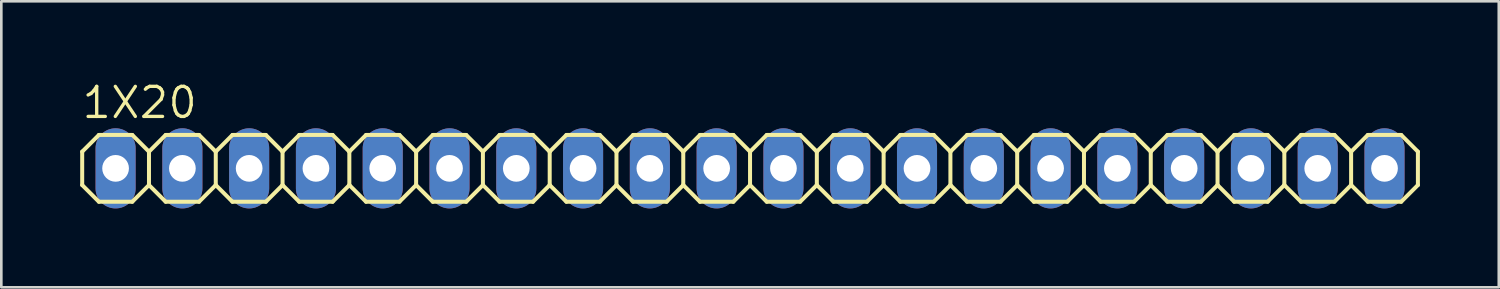
<source format=kicad_pcb>
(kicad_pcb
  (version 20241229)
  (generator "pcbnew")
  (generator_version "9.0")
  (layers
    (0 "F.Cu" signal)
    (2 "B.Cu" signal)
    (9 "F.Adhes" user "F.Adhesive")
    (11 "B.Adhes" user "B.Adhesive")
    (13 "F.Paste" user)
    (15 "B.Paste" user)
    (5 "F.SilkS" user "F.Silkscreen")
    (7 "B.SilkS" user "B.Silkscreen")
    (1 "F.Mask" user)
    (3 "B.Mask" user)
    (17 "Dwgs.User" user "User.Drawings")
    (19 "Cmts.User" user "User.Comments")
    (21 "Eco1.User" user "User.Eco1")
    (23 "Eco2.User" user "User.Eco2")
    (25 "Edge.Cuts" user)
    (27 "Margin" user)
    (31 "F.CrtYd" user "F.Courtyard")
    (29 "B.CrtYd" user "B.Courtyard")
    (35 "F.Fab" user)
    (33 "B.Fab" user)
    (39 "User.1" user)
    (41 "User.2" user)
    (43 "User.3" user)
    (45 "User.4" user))
  (footprint "1X20"
    (layer "F.Cu")
    (at 25.476 3.353)
    (property "Reference" "1X20" (at -25.476 -1.829 0) (layer "F.SilkS") (effects (font (size 1.143 1.143) (thickness 0.127)) (justify left bottom)))
    (fp_line (start -25.4 -0.635) (end -25.4 0.635) (stroke (width 0.152) (type solid)) (layer "F.SilkS"))
    (fp_line (start -25.4 0.635) (end -24.765 1.27) (stroke (width 0.152) (type solid)) (layer "F.SilkS"))
    (fp_line (start -24.765 -1.27) (end -25.4 -0.635) (stroke (width 0.152) (type solid)) (layer "F.SilkS"))
    (fp_line (start -24.765 -1.27) (end -23.495 -1.27) (stroke (width 0.152) (type solid)) (layer "F.SilkS"))
    (fp_line (start -23.495 -1.27) (end -22.86 -0.635) (stroke (width 0.152) (type solid)) (layer "F.SilkS"))
    (fp_line (start -23.495 1.27) (end -24.765 1.27) (stroke (width 0.152) (type solid)) (layer "F.SilkS"))
    (fp_line (start -22.86 -0.635) (end -22.86 0.635) (stroke (width 0.152) (type solid)) (layer "F.SilkS"))
    (fp_line (start -22.86 -0.635) (end -22.225 -1.27) (stroke (width 0.152) (type solid)) (layer "F.SilkS"))
    (fp_line (start -22.86 0.635) (end -23.495 1.27) (stroke (width 0.152) (type solid)) (layer "F.SilkS"))
    (fp_line (start -22.225 -1.27) (end -20.955 -1.27) (stroke (width 0.152) (type solid)) (layer "F.SilkS"))
    (fp_line (start -22.225 1.27) (end -22.86 0.635) (stroke (width 0.152) (type solid)) (layer "F.SilkS"))
    (fp_line (start -20.955 -1.27) (end -20.32 -0.635) (stroke (width 0.152) (type solid)) (layer "F.SilkS"))
    (fp_line (start -20.955 1.27) (end -22.225 1.27) (stroke (width 0.152) (type solid)) (layer "F.SilkS"))
    (fp_line (start -20.32 -0.635) (end -20.32 0.635) (stroke (width 0.152) (type solid)) (layer "F.SilkS"))
    (fp_line (start -20.32 -0.635) (end -19.685 -1.27) (stroke (width 0.152) (type solid)) (layer "F.SilkS"))
    (fp_line (start -20.32 0.635) (end -20.955 1.27) (stroke (width 0.152) (type solid)) (layer "F.SilkS"))
    (fp_line (start -19.685 -1.27) (end -18.415 -1.27) (stroke (width 0.152) (type solid)) (layer "F.SilkS"))
    (fp_line (start -19.685 1.27) (end -20.32 0.635) (stroke (width 0.152) (type solid)) (layer "F.SilkS"))
    (fp_line (start -18.415 -1.27) (end -17.78 -0.635) (stroke (width 0.152) (type solid)) (layer "F.SilkS"))
    (fp_line (start -18.415 1.27) (end -19.685 1.27) (stroke (width 0.152) (type solid)) (layer "F.SilkS"))
    (fp_line (start -17.78 -0.635) (end -17.78 0.635) (stroke (width 0.152) (type solid)) (layer "F.SilkS"))
    (fp_line (start -17.78 0.635) (end -18.415 1.27) (stroke (width 0.152) (type solid)) (layer "F.SilkS"))
    (fp_line (start -17.78 0.635) (end -17.145 1.27) (stroke (width 0.152) (type solid)) (layer "F.SilkS"))
    (fp_line (start -17.145 -1.27) (end -17.78 -0.635) (stroke (width 0.152) (type solid)) (layer "F.SilkS"))
    (fp_line (start -17.145 -1.27) (end -15.875 -1.27) (stroke (width 0.152) (type solid)) (layer "F.SilkS"))
    (fp_line (start -15.875 -1.27) (end -15.24 -0.635) (stroke (width 0.152) (type solid)) (layer "F.SilkS"))
    (fp_line (start -15.875 1.27) (end -17.145 1.27) (stroke (width 0.152) (type solid)) (layer "F.SilkS"))
    (fp_line (start -15.24 -0.635) (end -15.24 0.635) (stroke (width 0.152) (type solid)) (layer "F.SilkS"))
    (fp_line (start -15.24 -0.635) (end -14.605 -1.27) (stroke (width 0.152) (type solid)) (layer "F.SilkS"))
    (fp_line (start -15.24 0.635) (end -15.875 1.27) (stroke (width 0.152) (type solid)) (layer "F.SilkS"))
    (fp_line (start -14.605 -1.27) (end -13.335 -1.27) (stroke (width 0.152) (type solid)) (layer "F.SilkS"))
    (fp_line (start -14.605 1.27) (end -15.24 0.635) (stroke (width 0.152) (type solid)) (layer "F.SilkS"))
    (fp_line (start -13.335 -1.27) (end -12.7 -0.635) (stroke (width 0.152) (type solid)) (layer "F.SilkS"))
    (fp_line (start -13.335 1.27) (end -14.605 1.27) (stroke (width 0.152) (type solid)) (layer "F.SilkS"))
    (fp_line (start -12.7 -0.635) (end -12.7 0.635) (stroke (width 0.152) (type solid)) (layer "F.SilkS"))
    (fp_line (start -12.7 -0.635) (end -12.065 -1.27) (stroke (width 0.152) (type solid)) (layer "F.SilkS"))
    (fp_line (start -12.7 0.635) (end -13.335 1.27) (stroke (width 0.152) (type solid)) (layer "F.SilkS"))
    (fp_line (start -12.065 -1.27) (end -10.795 -1.27) (stroke (width 0.152) (type solid)) (layer "F.SilkS"))
    (fp_line (start -12.065 1.27) (end -12.7 0.635) (stroke (width 0.152) (type solid)) (layer "F.SilkS"))
    (fp_line (start -10.795 -1.27) (end -10.16 -0.635) (stroke (width 0.152) (type solid)) (layer "F.SilkS"))
    (fp_line (start -10.795 1.27) (end -12.065 1.27) (stroke (width 0.152) (type solid)) (layer "F.SilkS"))
    (fp_line (start -10.16 -0.635) (end -10.16 0.635) (stroke (width 0.152) (type solid)) (layer "F.SilkS"))
    (fp_line (start -10.16 0.635) (end -10.795 1.27) (stroke (width 0.152) (type solid)) (layer "F.SilkS"))
    (fp_line (start -10.16 0.635) (end -9.525 1.27) (stroke (width 0.152) (type solid)) (layer "F.SilkS"))
    (fp_line (start -9.525 -1.27) (end -10.16 -0.635) (stroke (width 0.152) (type solid)) (layer "F.SilkS"))
    (fp_line (start -9.525 -1.27) (end -8.255 -1.27) (stroke (width 0.152) (type solid)) (layer "F.SilkS"))
    (fp_line (start -8.255 -1.27) (end -7.62 -0.635) (stroke (width 0.152) (type solid)) (layer "F.SilkS"))
    (fp_line (start -8.255 1.27) (end -9.525 1.27) (stroke (width 0.152) (type solid)) (layer "F.SilkS"))
    (fp_line (start -7.62 -0.635) (end -7.62 0.635) (stroke (width 0.152) (type solid)) (layer "F.SilkS"))
    (fp_line (start -7.62 -0.635) (end -6.985 -1.27) (stroke (width 0.152) (type solid)) (layer "F.SilkS"))
    (fp_line (start -7.62 0.635) (end -8.255 1.27) (stroke (width 0.152) (type solid)) (layer "F.SilkS"))
    (fp_line (start -6.985 -1.27) (end -5.715 -1.27) (stroke (width 0.152) (type solid)) (layer "F.SilkS"))
    (fp_line (start -6.985 1.27) (end -7.62 0.635) (stroke (width 0.152) (type solid)) (layer "F.SilkS"))
    (fp_line (start -5.715 -1.27) (end -5.08 -0.635) (stroke (width 0.152) (type solid)) (layer "F.SilkS"))
    (fp_line (start -5.715 1.27) (end -6.985 1.27) (stroke (width 0.152) (type solid)) (layer "F.SilkS"))
    (fp_line (start -5.08 -0.635) (end -5.08 0.635) (stroke (width 0.152) (type solid)) (layer "F.SilkS"))
    (fp_line (start -5.08 -0.635) (end -4.445 -1.27) (stroke (width 0.152) (type solid)) (layer "F.SilkS"))
    (fp_line (start -5.08 0.635) (end -5.715 1.27) (stroke (width 0.152) (type solid)) (layer "F.SilkS"))
    (fp_line (start -4.445 -1.27) (end -3.175 -1.27) (stroke (width 0.152) (type solid)) (layer "F.SilkS"))
    (fp_line (start -4.445 1.27) (end -5.08 0.635) (stroke (width 0.152) (type solid)) (layer "F.SilkS"))
    (fp_line (start -3.175 -1.27) (end -2.54 -0.635) (stroke (width 0.152) (type solid)) (layer "F.SilkS"))
    (fp_line (start -3.175 1.27) (end -4.445 1.27) (stroke (width 0.152) (type solid)) (layer "F.SilkS"))
    (fp_line (start -2.54 -0.635) (end -2.54 0.635) (stroke (width 0.152) (type solid)) (layer "F.SilkS"))
    (fp_line (start -2.54 0.635) (end -3.175 1.27) (stroke (width 0.152) (type solid)) (layer "F.SilkS"))
    (fp_line (start -2.54 0.635) (end -1.905 1.27) (stroke (width 0.152) (type solid)) (layer "F.SilkS"))
    (fp_line (start -1.905 -1.27) (end -2.54 -0.635) (stroke (width 0.152) (type solid)) (layer "F.SilkS"))
    (fp_line (start -1.905 -1.27) (end -0.635 -1.27) (stroke (width 0.152) (type solid)) (layer "F.SilkS"))
    (fp_line (start -0.635 -1.27) (end 0 -0.635) (stroke (width 0.152) (type solid)) (layer "F.SilkS"))
    (fp_line (start -0.635 1.27) (end -1.905 1.27) (stroke (width 0.152) (type solid)) (layer "F.SilkS"))
    (fp_line (start 0 -0.635) (end 0 0.635) (stroke (width 0.152) (type solid)) (layer "F.SilkS"))
    (fp_line (start 0 -0.635) (end 0.635 -1.27) (stroke (width 0.152) (type solid)) (layer "F.SilkS"))
    (fp_line (start 0 0.635) (end -0.635 1.27) (stroke (width 0.152) (type solid)) (layer "F.SilkS"))
    (fp_line (start 0.635 -1.27) (end 1.905 -1.27) (stroke (width 0.152) (type solid)) (layer "F.SilkS"))
    (fp_line (start 0.635 1.27) (end 0 0.635) (stroke (width 0.152) (type solid)) (layer "F.SilkS"))
    (fp_line (start 1.905 -1.27) (end 2.54 -0.635) (stroke (width 0.152) (type solid)) (layer "F.SilkS"))
    (fp_line (start 1.905 1.27) (end 0.635 1.27) (stroke (width 0.152) (type solid)) (layer "F.SilkS"))
    (fp_line (start 2.54 -0.635) (end 2.54 0.635) (stroke (width 0.152) (type solid)) (layer "F.SilkS"))
    (fp_line (start 2.54 -0.635) (end 3.175 -1.27) (stroke (width 0.152) (type solid)) (layer "F.SilkS"))
    (fp_line (start 2.54 0.635) (end 1.905 1.27) (stroke (width 0.152) (type solid)) (layer "F.SilkS"))
    (fp_line (start 3.175 -1.27) (end 4.445 -1.27) (stroke (width 0.152) (type solid)) (layer "F.SilkS"))
    (fp_line (start 3.175 1.27) (end 2.54 0.635) (stroke (width 0.152) (type solid)) (layer "F.SilkS"))
    (fp_line (start 4.445 -1.27) (end 5.08 -0.635) (stroke (width 0.152) (type solid)) (layer "F.SilkS"))
    (fp_line (start 4.445 1.27) (end 3.175 1.27) (stroke (width 0.152) (type solid)) (layer "F.SilkS"))
    (fp_line (start 5.08 -0.635) (end 5.08 0.635) (stroke (width 0.152) (type solid)) (layer "F.SilkS"))
    (fp_line (start 5.08 0.635) (end 4.445 1.27) (stroke (width 0.152) (type solid)) (layer "F.SilkS"))
    (fp_line (start 5.08 0.635) (end 5.715 1.27) (stroke (width 0.152) (type solid)) (layer "F.SilkS"))
    (fp_line (start 5.715 -1.27) (end 5.08 -0.635) (stroke (width 0.152) (type solid)) (layer "F.SilkS"))
    (fp_line (start 5.715 -1.27) (end 6.985 -1.27) (stroke (width 0.152) (type solid)) (layer "F.SilkS"))
    (fp_line (start 6.985 -1.27) (end 7.62 -0.635) (stroke (width 0.152) (type solid)) (layer "F.SilkS"))
    (fp_line (start 6.985 1.27) (end 5.715 1.27) (stroke (width 0.152) (type solid)) (layer "F.SilkS"))
    (fp_line (start 7.62 -0.635) (end 7.62 0.635) (stroke (width 0.152) (type solid)) (layer "F.SilkS"))
    (fp_line (start 7.62 -0.635) (end 8.255 -1.27) (stroke (width 0.152) (type solid)) (layer "F.SilkS"))
    (fp_line (start 7.62 0.635) (end 6.985 1.27) (stroke (width 0.152) (type solid)) (layer "F.SilkS"))
    (fp_line (start 8.255 -1.27) (end 9.525 -1.27) (stroke (width 0.152) (type solid)) (layer "F.SilkS"))
    (fp_line (start 8.255 1.27) (end 7.62 0.635) (stroke (width 0.152) (type solid)) (layer "F.SilkS"))
    (fp_line (start 9.525 -1.27) (end 10.16 -0.635) (stroke (width 0.152) (type solid)) (layer "F.SilkS"))
    (fp_line (start 9.525 1.27) (end 8.255 1.27) (stroke (width 0.152) (type solid)) (layer "F.SilkS"))
    (fp_line (start 10.16 -0.635) (end 10.16 0.635) (stroke (width 0.152) (type solid)) (layer "F.SilkS"))
    (fp_line (start 10.16 -0.635) (end 10.795 -1.27) (stroke (width 0.152) (type solid)) (layer "F.SilkS"))
    (fp_line (start 10.16 0.635) (end 9.525 1.27) (stroke (width 0.152) (type solid)) (layer "F.SilkS"))
    (fp_line (start 10.795 -1.27) (end 12.065 -1.27) (stroke (width 0.152) (type solid)) (layer "F.SilkS"))
    (fp_line (start 10.795 1.27) (end 10.16 0.635) (stroke (width 0.152) (type solid)) (layer "F.SilkS"))
    (fp_line (start 12.065 -1.27) (end 12.7 -0.635) (stroke (width 0.152) (type solid)) (layer "F.SilkS"))
    (fp_line (start 12.065 1.27) (end 10.795 1.27) (stroke (width 0.152) (type solid)) (layer "F.SilkS"))
    (fp_line (start 12.7 -0.635) (end 12.7 0.635) (stroke (width 0.152) (type solid)) (layer "F.SilkS"))
    (fp_line (start 12.7 0.635) (end 12.065 1.27) (stroke (width 0.152) (type solid)) (layer "F.SilkS"))
    (fp_line (start 12.7 0.635) (end 13.335 1.27) (stroke (width 0.152) (type solid)) (layer "F.SilkS"))
    (fp_line (start 13.335 -1.27) (end 12.7 -0.635) (stroke (width 0.152) (type solid)) (layer "F.SilkS"))
    (fp_line (start 13.335 -1.27) (end 14.605 -1.27) (stroke (width 0.152) (type solid)) (layer "F.SilkS"))
    (fp_line (start 14.605 -1.27) (end 15.24 -0.635) (stroke (width 0.152) (type solid)) (layer "F.SilkS"))
    (fp_line (start 14.605 1.27) (end 13.335 1.27) (stroke (width 0.152) (type solid)) (layer "F.SilkS"))
    (fp_line (start 15.24 -0.635) (end 15.24 0.635) (stroke (width 0.152) (type solid)) (layer "F.SilkS"))
    (fp_line (start 15.24 -0.635) (end 15.875 -1.27) (stroke (width 0.152) (type solid)) (layer "F.SilkS"))
    (fp_line (start 15.24 0.635) (end 14.605 1.27) (stroke (width 0.152) (type solid)) (layer "F.SilkS"))
    (fp_line (start 15.875 -1.27) (end 17.145 -1.27) (stroke (width 0.152) (type solid)) (layer "F.SilkS"))
    (fp_line (start 15.875 1.27) (end 15.24 0.635) (stroke (width 0.152) (type solid)) (layer "F.SilkS"))
    (fp_line (start 17.145 -1.27) (end 17.78 -0.635) (stroke (width 0.152) (type solid)) (layer "F.SilkS"))
    (fp_line (start 17.145 1.27) (end 15.875 1.27) (stroke (width 0.152) (type solid)) (layer "F.SilkS"))
    (fp_line (start 17.78 -0.635) (end 17.78 0.635) (stroke (width 0.152) (type solid)) (layer "F.SilkS"))
    (fp_line (start 17.78 -0.635) (end 18.415 -1.27) (stroke (width 0.152) (type solid)) (layer "F.SilkS"))
    (fp_line (start 17.78 0.635) (end 17.145 1.27) (stroke (width 0.152) (type solid)) (layer "F.SilkS"))
    (fp_line (start 18.415 -1.27) (end 19.685 -1.27) (stroke (width 0.152) (type solid)) (layer "F.SilkS"))
    (fp_line (start 18.415 1.27) (end 17.78 0.635) (stroke (width 0.152) (type solid)) (layer "F.SilkS"))
    (fp_line (start 19.685 -1.27) (end 20.32 -0.635) (stroke (width 0.152) (type solid)) (layer "F.SilkS"))
    (fp_line (start 19.685 1.27) (end 18.415 1.27) (stroke (width 0.152) (type solid)) (layer "F.SilkS"))
    (fp_line (start 20.32 -0.635) (end 20.32 0.635) (stroke (width 0.152) (type solid)) (layer "F.SilkS"))
    (fp_line (start 20.32 0.635) (end 19.685 1.27) (stroke (width 0.152) (type solid)) (layer "F.SilkS"))
    (fp_line (start 20.32 0.635) (end 20.955 1.27) (stroke (width 0.152) (type solid)) (layer "F.SilkS"))
    (fp_line (start 20.955 -1.27) (end 20.32 -0.635) (stroke (width 0.152) (type solid)) (layer "F.SilkS"))
    (fp_line (start 20.955 -1.27) (end 22.225 -1.27) (stroke (width 0.152) (type solid)) (layer "F.SilkS"))
    (fp_line (start 22.225 -1.27) (end 22.86 -0.635) (stroke (width 0.152) (type solid)) (layer "F.SilkS"))
    (fp_line (start 22.225 1.27) (end 20.955 1.27) (stroke (width 0.152) (type solid)) (layer "F.SilkS"))
    (fp_line (start 22.86 -0.635) (end 22.86 0.635) (stroke (width 0.152) (type solid)) (layer "F.SilkS"))
    (fp_line (start 22.86 0.635) (end 22.225 1.27) (stroke (width 0.152) (type solid)) (layer "F.SilkS"))
    (fp_line (start 22.86 0.635) (end 23.495 1.27) (stroke (width 0.152) (type solid)) (layer "F.SilkS"))
    (fp_line (start 23.495 -1.27) (end 22.86 -0.635) (stroke (width 0.152) (type solid)) (layer "F.SilkS"))
    (fp_line (start 23.495 -1.27) (end 24.765 -1.27) (stroke (width 0.152) (type solid)) (layer "F.SilkS"))
    (fp_line (start 24.765 -1.27) (end 25.4 -0.635) (stroke (width 0.152) (type solid)) (layer "F.SilkS"))
    (fp_line (start 24.765 1.27) (end 23.495 1.27) (stroke (width 0.152) (type solid)) (layer "F.SilkS"))
    (fp_line (start 25.4 -0.635) (end 25.4 0.635) (stroke (width 0.152) (type solid)) (layer "F.SilkS"))
    (fp_line (start 25.4 0.635) (end 24.765 1.27) (stroke (width 0.152) (type solid)) (layer "F.SilkS"))
    (fp_poly (pts (xy -24.384 0.254) (xy -23.876 0.254) (xy -23.876 -0.254) (xy -24.384 -0.254)) (stroke (width 0.1) (type default)) (fill no) (layer "F.Fab"))
    (fp_poly (pts (xy -21.844 0.254) (xy -21.336 0.254) (xy -21.336 -0.254) (xy -21.844 -0.254)) (stroke (width 0.1) (type default)) (fill no) (layer "F.Fab"))
    (fp_poly (pts (xy -19.304 0.254) (xy -18.796 0.254) (xy -18.796 -0.254) (xy -19.304 -0.254)) (stroke (width 0.1) (type default)) (fill no) (layer "F.Fab"))
    (fp_poly (pts (xy -16.764 0.254) (xy -16.256 0.254) (xy -16.256 -0.254) (xy -16.764 -0.254)) (stroke (width 0.1) (type default)) (fill no) (layer "F.Fab"))
    (fp_poly (pts (xy -14.224 0.254) (xy -13.716 0.254) (xy -13.716 -0.254) (xy -14.224 -0.254)) (stroke (width 0.1) (type default)) (fill no) (layer "F.Fab"))
    (fp_poly (pts (xy -11.684 0.254) (xy -11.176 0.254) (xy -11.176 -0.254) (xy -11.684 -0.254)) (stroke (width 0.1) (type default)) (fill no) (layer "F.Fab"))
    (fp_poly (pts (xy -9.144 0.254) (xy -8.636 0.254) (xy -8.636 -0.254) (xy -9.144 -0.254)) (stroke (width 0.1) (type default)) (fill no) (layer "F.Fab"))
    (fp_poly (pts (xy -6.604 0.254) (xy -6.096 0.254) (xy -6.096 -0.254) (xy -6.604 -0.254)) (stroke (width 0.1) (type default)) (fill no) (layer "F.Fab"))
    (fp_poly (pts (xy -4.064 0.254) (xy -3.556 0.254) (xy -3.556 -0.254) (xy -4.064 -0.254)) (stroke (width 0.1) (type default)) (fill no) (layer "F.Fab"))
    (fp_poly (pts (xy -1.524 0.254) (xy -1.016 0.254) (xy -1.016 -0.254) (xy -1.524 -0.254)) (stroke (width 0.1) (type default)) (fill no) (layer "F.Fab"))
    (fp_poly (pts (xy 1.016 0.254) (xy 1.524 0.254) (xy 1.524 -0.254) (xy 1.016 -0.254)) (stroke (width 0.1) (type default)) (fill no) (layer "F.Fab"))
    (fp_poly (pts (xy 3.556 0.254) (xy 4.064 0.254) (xy 4.064 -0.254) (xy 3.556 -0.254)) (stroke (width 0.1) (type default)) (fill no) (layer "F.Fab"))
    (fp_poly (pts (xy 6.096 0.254) (xy 6.604 0.254) (xy 6.604 -0.254) (xy 6.096 -0.254)) (stroke (width 0.1) (type default)) (fill no) (layer "F.Fab"))
    (fp_poly (pts (xy 8.636 0.254) (xy 9.144 0.254) (xy 9.144 -0.254) (xy 8.636 -0.254)) (stroke (width 0.1) (type default)) (fill no) (layer "F.Fab"))
    (fp_poly (pts (xy 11.176 0.254) (xy 11.684 0.254) (xy 11.684 -0.254) (xy 11.176 -0.254)) (stroke (width 0.1) (type default)) (fill no) (layer "F.Fab"))
    (fp_poly (pts (xy 13.716 0.254) (xy 14.224 0.254) (xy 14.224 -0.254) (xy 13.716 -0.254)) (stroke (width 0.1) (type default)) (fill no) (layer "F.Fab"))
    (fp_poly (pts (xy 16.256 0.254) (xy 16.764 0.254) (xy 16.764 -0.254) (xy 16.256 -0.254)) (stroke (width 0.1) (type default)) (fill no) (layer "F.Fab"))
    (fp_poly (pts (xy 18.796 0.254) (xy 19.304 0.254) (xy 19.304 -0.254) (xy 18.796 -0.254)) (stroke (width 0.1) (type default)) (fill no) (layer "F.Fab"))
    (fp_poly (pts (xy 21.336 0.254) (xy 21.844 0.254) (xy 21.844 -0.254) (xy 21.336 -0.254)) (stroke (width 0.1) (type default)) (fill no) (layer "F.Fab"))
    (fp_poly (pts (xy 23.876 0.254) (xy 24.384 0.254) (xy 24.384 -0.254) (xy 23.876 -0.254)) (stroke (width 0.1) (type default)) (fill no) (layer "F.Fab"))
    (pad "1" thru_hole oval (at -24.13 0 90) (size 3.048 1.524) (drill 1.016) (layers "*.Cu" "*.Mask"))
    (pad "2" thru_hole oval (at -21.59 0 90) (size 3.048 1.524) (drill 1.016) (layers "*.Cu" "*.Mask"))
    (pad "3" thru_hole oval (at -19.05 0 90) (size 3.048 1.524) (drill 1.016) (layers "*.Cu" "*.Mask"))
    (pad "4" thru_hole oval (at -16.51 0 90) (size 3.048 1.524) (drill 1.016) (layers "*.Cu" "*.Mask"))
    (pad "5" thru_hole oval (at -13.97 0 90) (size 3.048 1.524) (drill 1.016) (layers "*.Cu" "*.Mask"))
    (pad "6" thru_hole oval (at -11.43 0 90) (size 3.048 1.524) (drill 1.016) (layers "*.Cu" "*.Mask"))
    (pad "7" thru_hole oval (at -8.89 0 90) (size 3.048 1.524) (drill 1.016) (layers "*.Cu" "*.Mask"))
    (pad "8" thru_hole oval (at -6.35 0 90) (size 3.048 1.524) (drill 1.016) (layers "*.Cu" "*.Mask"))
    (pad "9" thru_hole oval (at -3.81 0 90) (size 3.048 1.524) (drill 1.016) (layers "*.Cu" "*.Mask"))
    (pad "10" thru_hole oval (at -1.27 0 90) (size 3.048 1.524) (drill 1.016) (layers "*.Cu" "*.Mask"))
    (pad "11" thru_hole oval (at 1.27 0 90) (size 3.048 1.524) (drill 1.016) (layers "*.Cu" "*.Mask"))
    (pad "12" thru_hole oval (at 3.81 0 90) (size 3.048 1.524) (drill 1.016) (layers "*.Cu" "*.Mask"))
    (pad "13" thru_hole oval (at 6.35 0 90) (size 3.048 1.524) (drill 1.016) (layers "*.Cu" "*.Mask"))
    (pad "14" thru_hole oval (at 8.89 0 90) (size 3.048 1.524) (drill 1.016) (layers "*.Cu" "*.Mask"))
    (pad "15" thru_hole oval (at 11.43 0 90) (size 3.048 1.524) (drill 1.016) (layers "*.Cu" "*.Mask"))
    (pad "16" thru_hole oval (at 13.97 0 90) (size 3.048 1.524) (drill 1.016) (layers "*.Cu" "*.Mask"))
    (pad "17" thru_hole oval (at 16.51 0 90) (size 3.048 1.524) (drill 1.016) (layers "*.Cu" "*.Mask"))
    (pad "18" thru_hole oval (at 19.05 0 90) (size 3.048 1.524) (drill 1.016) (layers "*.Cu" "*.Mask"))
    (pad "19" thru_hole oval (at 21.59 0 90) (size 3.048 1.524) (drill 1.016) (layers "*.Cu" "*.Mask"))
    (pad "20" thru_hole oval (at 24.13 0 90) (size 3.048 1.524) (drill 1.016) (layers "*.Cu" "*.Mask")))
  (gr_rect
    (start -3 -3)
    (end 53.952 7.877)
    (stroke (width 0.1) (type default))
    (fill no)
    (layer "Edge.Cuts")))
</source>
